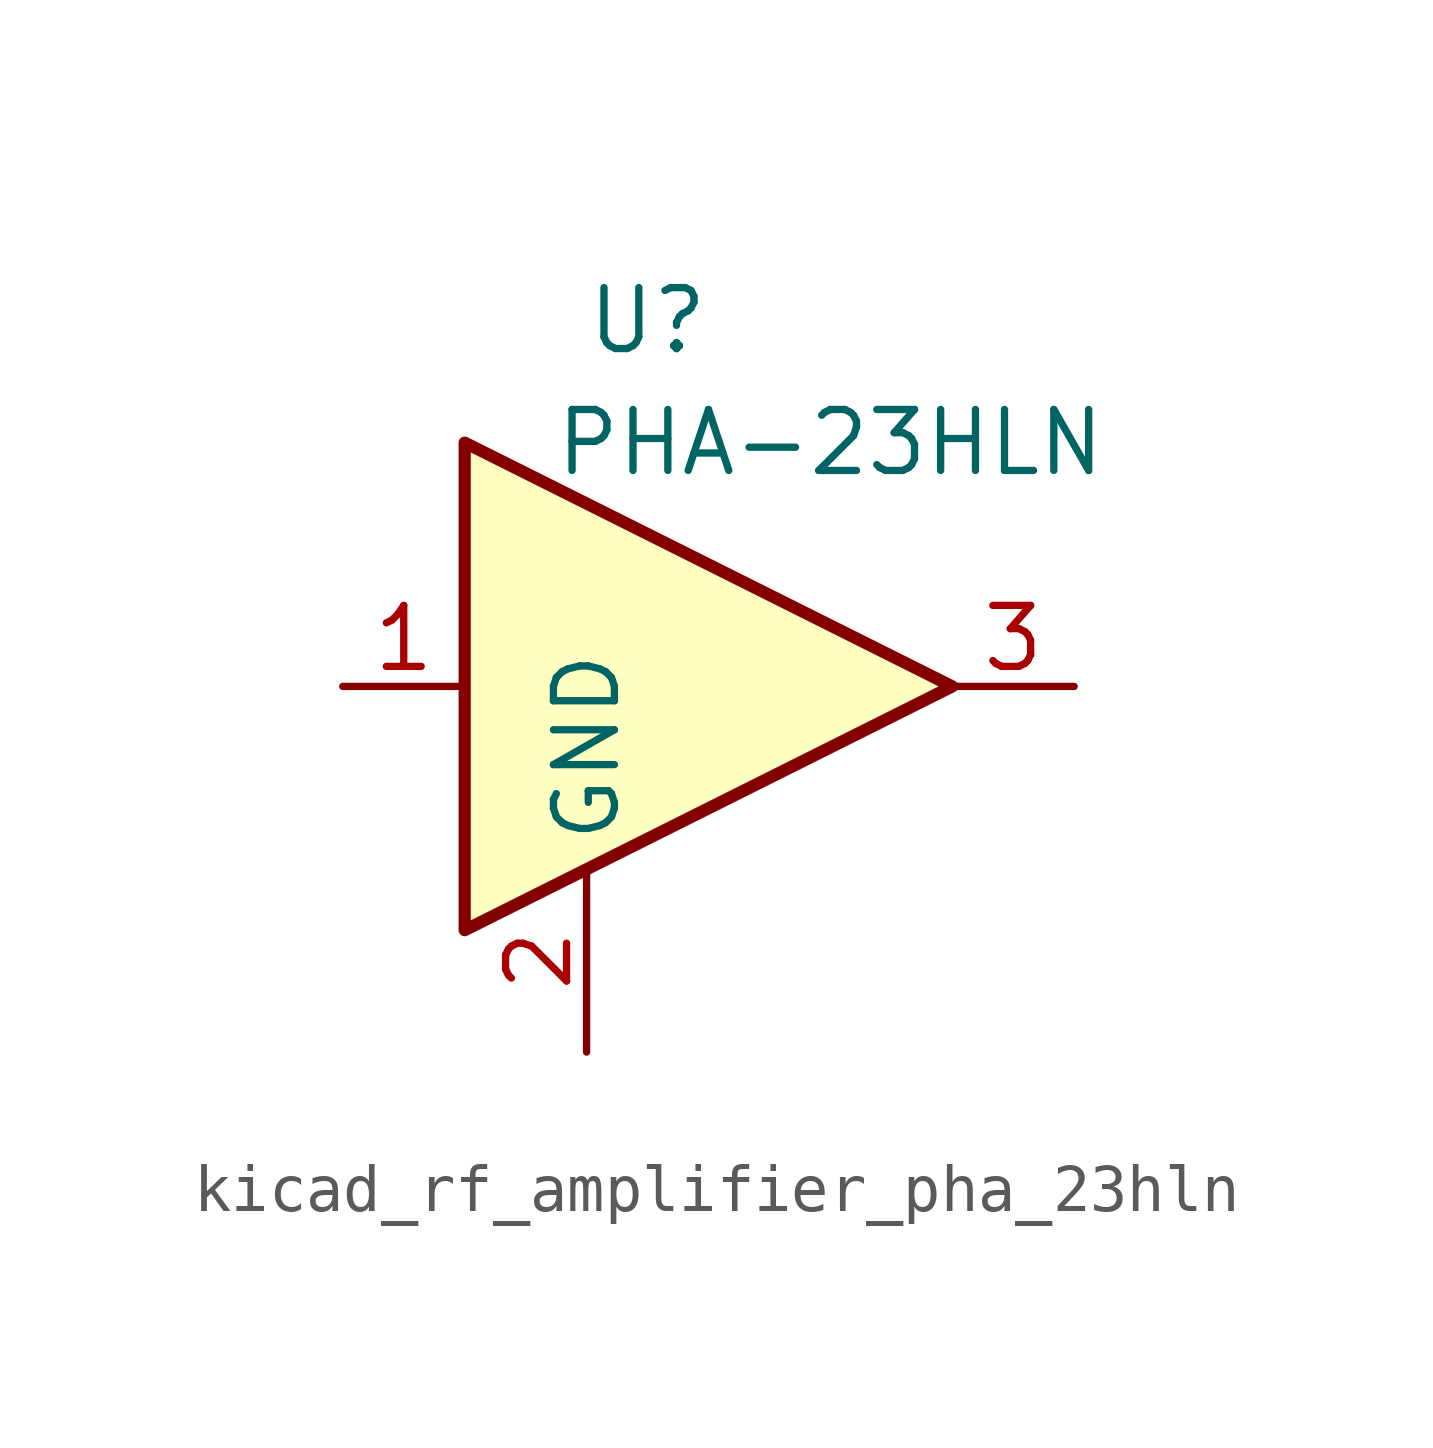
<source format=kicad_sym>
(kicad_symbol_lib
  (version 20220914)
  (generator kicad_symbol_editor)
  (symbol "kicad_rf_amplifier_pha_23hln"
    (property "Reference" "U"
      (at -1.27 7.62 0)
      (effects (font (size 1.27 1.27))))
    (property "Value" "PHA-23HLN"
      (at 2.54 5.08 0)
      (effects (font (size 1.27 1.27))))
    (symbol "kicad_rf_amplifier_pha_23hln_0_1"
      (polyline (pts (xy 5.08 0) (xy -5.08 5.08) (xy -5.08 -5.08) (xy 5.08 0)) (stroke (width 0.254) (type default)) (fill (type background))))
    (symbol "kicad_rf_amplifier_pha_23hln_1_1"
      (pin input line (at -7.62 0 0) (length 2.54) (name "~" (effects (font (size 1.27 1.27)))) (number "1" (effects (font (size 1.27 1.27)))))
      (pin power_in line (at -2.54 -7.62 90) (length 3.81) (name "GND" (effects (font (size 1.27 1.27)))) (number "2" (effects (font (size 1.27 1.27)))))
      (pin output line (at 7.62 0 180) (length 2.54) (name "~" (effects (font (size 1.27 1.27)))) (number "3" (effects (font (size 1.27 1.27))))))))
</source>
